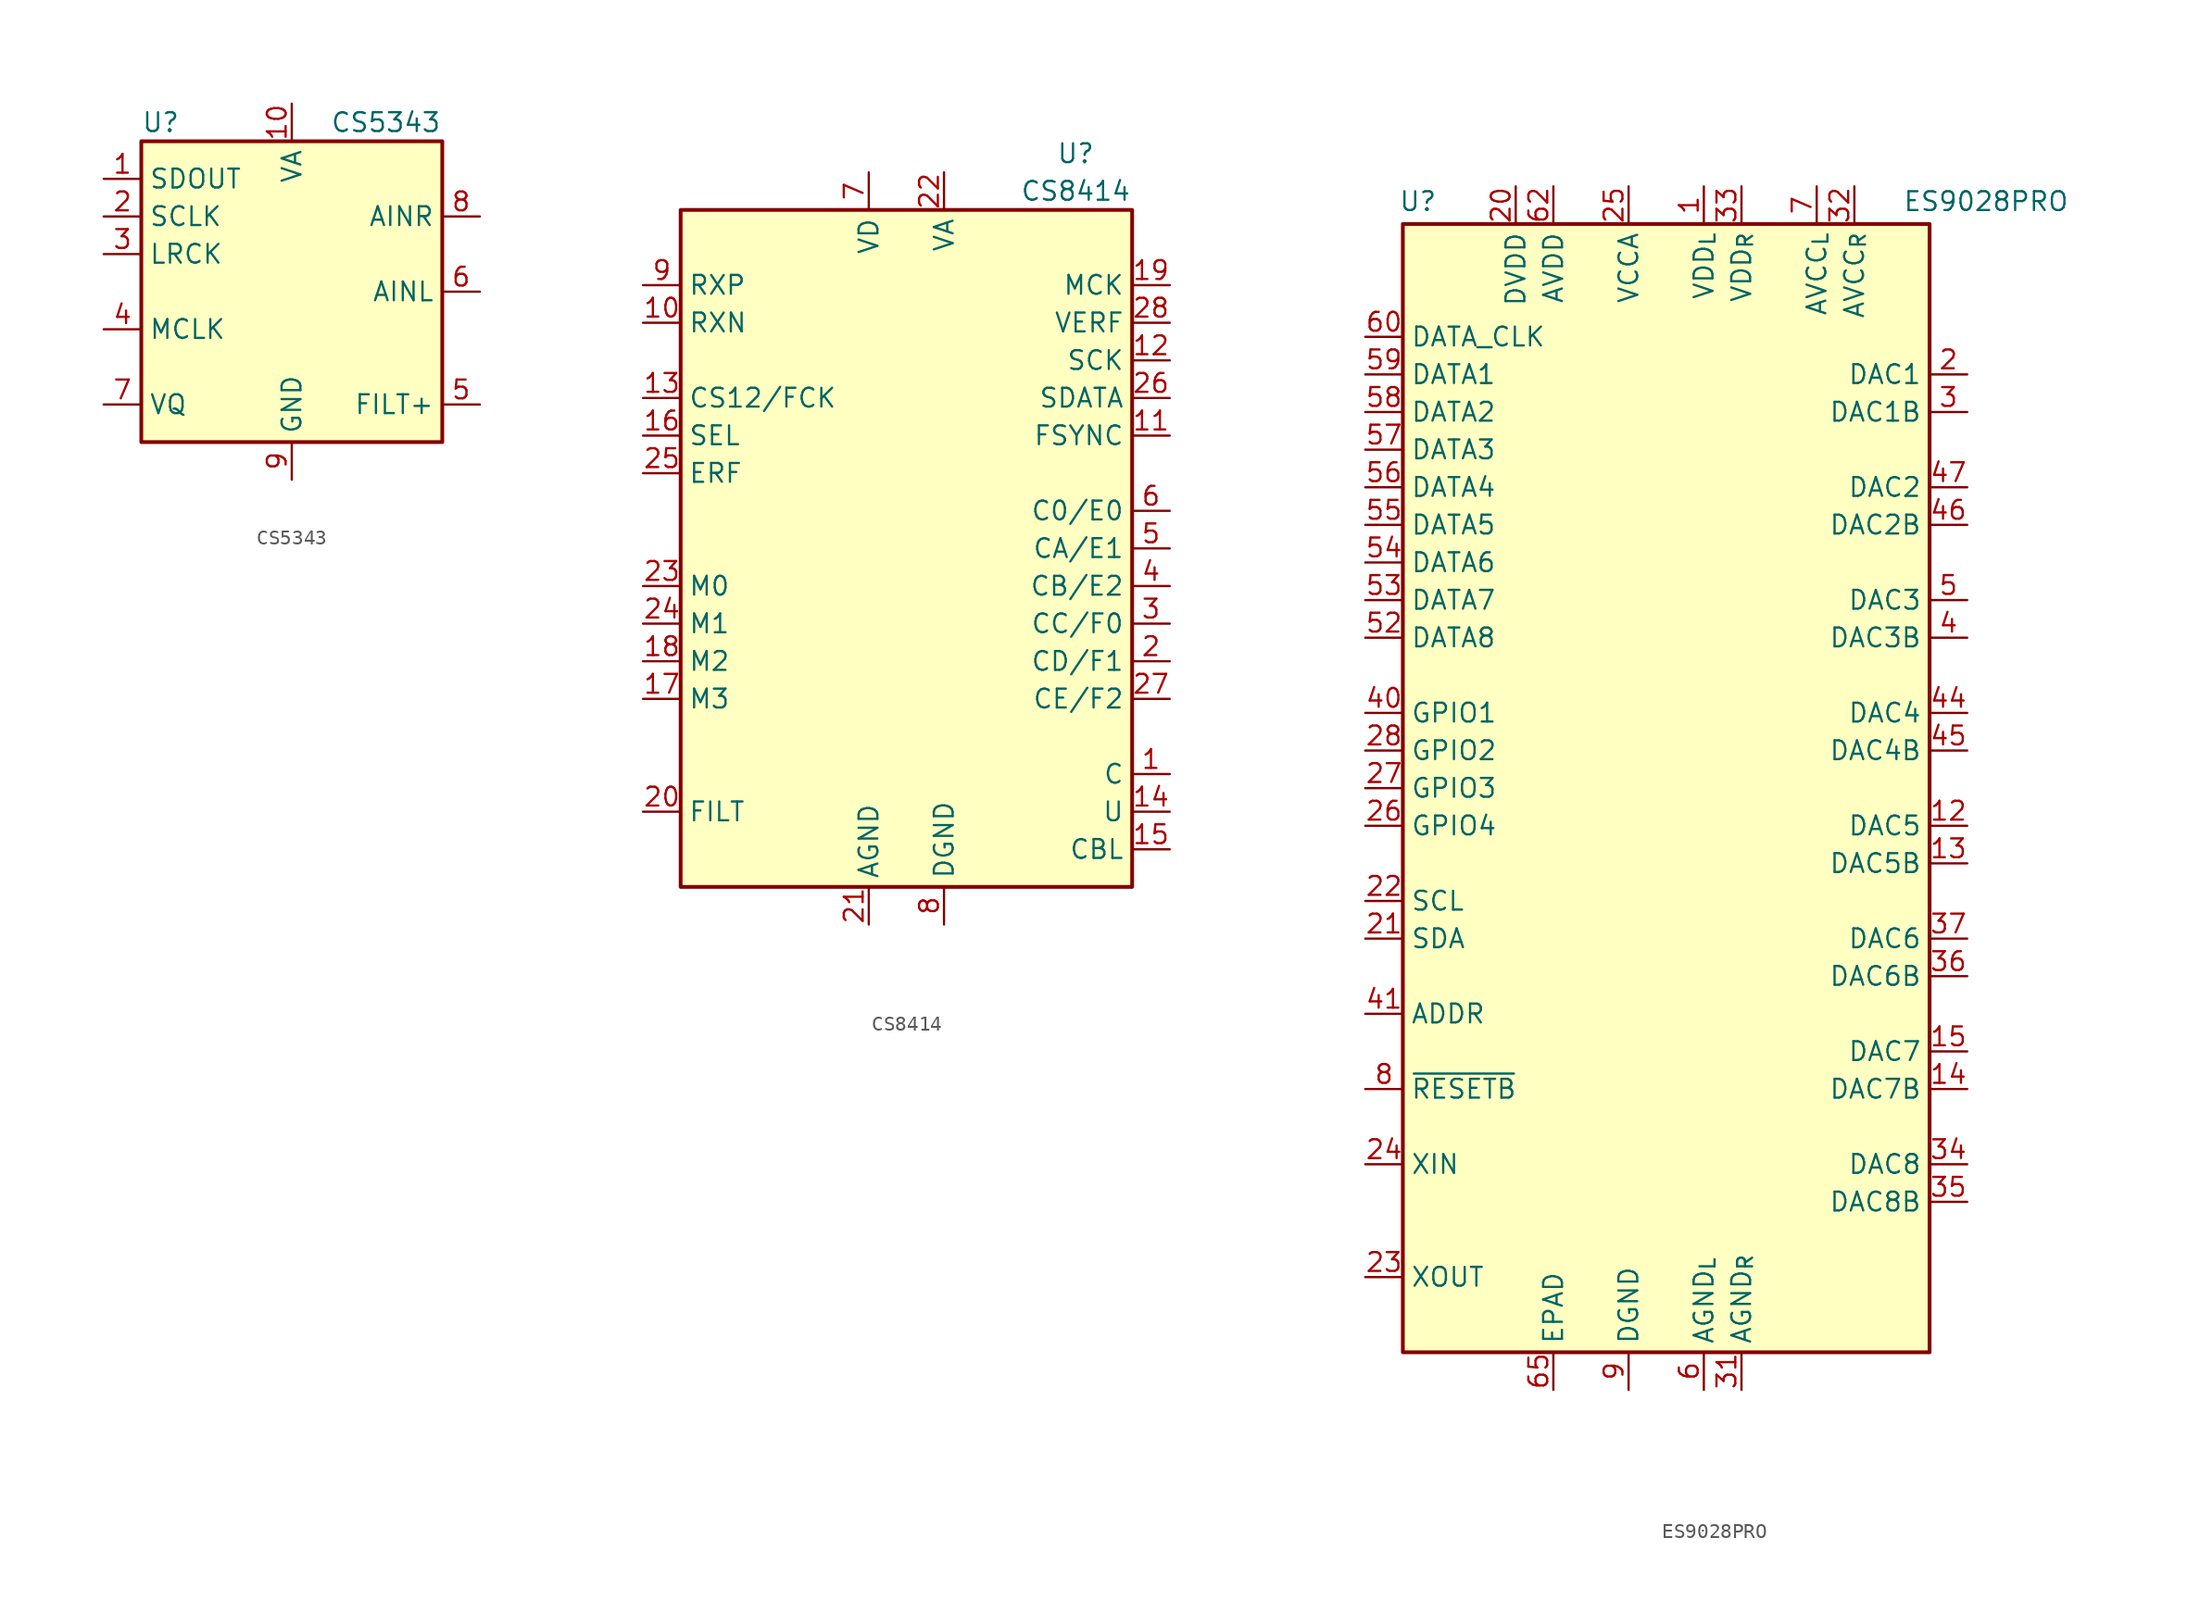
<source format=kicad_sym>
(kicad_symbol_lib
  (version 20241209)
  (generator "kicad_symbol_editor")
  (generator_version "9.0")
  (symbol "CS5343"
    (property "Reference" "U"
      (at -10.16 11.43 0)
      (effects (font (size 1.27 1.27)) (justify left)))
    (property "Value" "CS5343"
      (at 6.35 11.43 0)
      (effects (font (size 1.27 1.27))))
    (symbol "CS5343_0_1"
      (rectangle (start -10.16 10.16) (end 10.16 -10.16) (stroke (width 0.254) (type default)) (fill (type background))))
    (symbol "CS5343_1_1"
      (pin output line (at -12.7 7.62 0) (length 2.54) (name "SDOUT" (effects (font (size 1.27 1.27)))) (number "1" (effects (font (size 1.27 1.27)))))
      (pin bidirectional line (at -12.7 5.08 0) (length 2.54) (name "SCLK" (effects (font (size 1.27 1.27)))) (number "2" (effects (font (size 1.27 1.27)))))
      (pin bidirectional line (at -12.7 2.54 0) (length 2.54) (name "LRCK" (effects (font (size 1.27 1.27)))) (number "3" (effects (font (size 1.27 1.27)))))
      (pin input line (at -12.7 -2.54 0) (length 2.54) (name "MCLK" (effects (font (size 1.27 1.27)))) (number "4" (effects (font (size 1.27 1.27)))))
      (pin output line (at -12.7 -7.62 0) (length 2.54) (name "VQ" (effects (font (size 1.27 1.27)))) (number "7" (effects (font (size 1.27 1.27)))))
      (pin power_in line (at 0 12.7 270) (length 2.54) (name "VA" (effects (font (size 1.27 1.27)))) (number "10" (effects (font (size 1.27 1.27)))))
      (pin power_in line (at 0 -12.7 90) (length 2.54) (name "GND" (effects (font (size 1.27 1.27)))) (number "9" (effects (font (size 1.27 1.27)))))
      (pin input line (at 12.7 5.08 180) (length 2.54) (name "AINR" (effects (font (size 1.27 1.27)))) (number "8" (effects (font (size 1.27 1.27)))))
      (pin input line (at 12.7 0 180) (length 2.54) (name "AINL" (effects (font (size 1.27 1.27)))) (number "6" (effects (font (size 1.27 1.27)))))
      (pin output line (at 12.7 -7.62 180) (length 2.54) (name "FILT+" (effects (font (size 1.27 1.27)))) (number "5" (effects (font (size 1.27 1.27)))))))
  (symbol "CS8414"
    (property "Reference" "U"
      (at 11.43 26.67 0)
      (effects (font (size 1.27 1.27))))
    (property "Value" "CS8414"
      (at 11.43 24.13 0)
      (effects (font (size 1.27 1.27))))
    (symbol "CS8414_0_1"
      (rectangle (start -15.24 -22.86) (end 15.24 22.86) (stroke (width 0.254) (type default)) (fill (type background))))
    (symbol "CS8414_1_1"
      (pin input line (at -17.78 17.78 0) (length 2.54) (name "RXP" (effects (font (size 1.27 1.27)))) (number "9" (effects (font (size 1.27 1.27)))))
      (pin input line (at -17.78 15.24 0) (length 2.54) (name "RXN" (effects (font (size 1.27 1.27)))) (number "10" (effects (font (size 1.27 1.27)))))
      (pin input line (at -17.78 10.16 0) (length 2.54) (name "CS12/FCK" (effects (font (size 1.27 1.27)))) (number "13" (effects (font (size 1.27 1.27)))))
      (pin input line (at -17.78 7.62 0) (length 2.54) (name "SEL" (effects (font (size 1.27 1.27)))) (number "16" (effects (font (size 1.27 1.27)))))
      (pin output line (at -17.78 5.08 0) (length 2.54) (name "ERF" (effects (font (size 1.27 1.27)))) (number "25" (effects (font (size 1.27 1.27)))))
      (pin input line (at -17.78 -2.54 0) (length 2.54) (name "M0" (effects (font (size 1.27 1.27)))) (number "23" (effects (font (size 1.27 1.27)))))
      (pin input line (at -17.78 -5.08 0) (length 2.54) (name "M1" (effects (font (size 1.27 1.27)))) (number "24" (effects (font (size 1.27 1.27)))))
      (pin input line (at -17.78 -7.62 0) (length 2.54) (name "M2" (effects (font (size 1.27 1.27)))) (number "18" (effects (font (size 1.27 1.27)))))
      (pin input line (at -17.78 -10.16 0) (length 2.54) (name "M3" (effects (font (size 1.27 1.27)))) (number "17" (effects (font (size 1.27 1.27)))))
      (pin input line (at -17.78 -17.78 0) (length 2.54) (name "FILT" (effects (font (size 1.27 1.27)))) (number "20" (effects (font (size 1.27 1.27)))))
      (pin power_in line (at -2.54 25.4 270) (length 2.54) (name "VD" (effects (font (size 1.27 1.27)))) (number "7" (effects (font (size 1.27 1.27)))))
      (pin power_in line (at -2.54 -25.4 90) (length 2.54) (name "AGND" (effects (font (size 1.27 1.27)))) (number "21" (effects (font (size 1.27 1.27)))))
      (pin power_in line (at 2.54 25.4 270) (length 2.54) (name "VA" (effects (font (size 1.27 1.27)))) (number "22" (effects (font (size 1.27 1.27)))))
      (pin power_in line (at 2.54 -25.4 90) (length 2.54) (name "DGND" (effects (font (size 1.27 1.27)))) (number "8" (effects (font (size 1.27 1.27)))))
      (pin output line (at 17.78 17.78 180) (length 2.54) (name "MCK" (effects (font (size 1.27 1.27)))) (number "19" (effects (font (size 1.27 1.27)))))
      (pin output line (at 17.78 15.24 180) (length 2.54) (name "VERF" (effects (font (size 1.27 1.27)))) (number "28" (effects (font (size 1.27 1.27)))))
      (pin bidirectional line (at 17.78 12.7 180) (length 2.54) (name "SCK" (effects (font (size 1.27 1.27)))) (number "12" (effects (font (size 1.27 1.27)))))
      (pin output line (at 17.78 10.16 180) (length 2.54) (name "SDATA" (effects (font (size 1.27 1.27)))) (number "26" (effects (font (size 1.27 1.27)))))
      (pin bidirectional line (at 17.78 7.62 180) (length 2.54) (name "FSYNC" (effects (font (size 1.27 1.27)))) (number "11" (effects (font (size 1.27 1.27)))))
      (pin output line (at 17.78 2.54 180) (length 2.54) (name "C0/E0" (effects (font (size 1.27 1.27)))) (number "6" (effects (font (size 1.27 1.27)))))
      (pin output line (at 17.78 0 180) (length 2.54) (name "CA/E1" (effects (font (size 1.27 1.27)))) (number "5" (effects (font (size 1.27 1.27)))))
      (pin output line (at 17.78 -2.54 180) (length 2.54) (name "CB/E2" (effects (font (size 1.27 1.27)))) (number "4" (effects (font (size 1.27 1.27)))))
      (pin output line (at 17.78 -5.08 180) (length 2.54) (name "CC/F0" (effects (font (size 1.27 1.27)))) (number "3" (effects (font (size 1.27 1.27)))))
      (pin output line (at 17.78 -7.62 180) (length 2.54) (name "CD/F1" (effects (font (size 1.27 1.27)))) (number "2" (effects (font (size 1.27 1.27)))))
      (pin output line (at 17.78 -10.16 180) (length 2.54) (name "CE/F2" (effects (font (size 1.27 1.27)))) (number "27" (effects (font (size 1.27 1.27)))))
      (pin output line (at 17.78 -15.24 180) (length 2.54) (name "C" (effects (font (size 1.27 1.27)))) (number "1" (effects (font (size 1.27 1.27)))))
      (pin output line (at 17.78 -17.78 180) (length 2.54) (name "U" (effects (font (size 1.27 1.27)))) (number "14" (effects (font (size 1.27 1.27)))))
      (pin output line (at 17.78 -20.32 180) (length 2.54) (name "CBL" (effects (font (size 1.27 1.27)))) (number "15" (effects (font (size 1.27 1.27)))))))
  (symbol "ES9028PRO"
    (property "Reference" "U"
      (at -16.764 39.624 0)
      (effects (font (size 1.27 1.27))))
    (property "Value" "ES9028PRO"
      (at 21.59 39.624 0)
      (effects (font (size 1.27 1.27))))
    (symbol "ES9028PRO_0_1"
      (rectangle (start -17.78 38.1) (end 17.78 -38.1) (stroke (width 0.254) (type default)) (fill (type background))))
    (symbol "ES9028PRO_1_1"
      (pin bidirectional line (at -20.32 30.48 0) (length 2.54) (name "DATA_CLK" (effects (font (size 1.27 1.27)))) (number "60" (effects (font (size 1.27 1.27)))))
      (pin bidirectional line (at -20.32 27.94 0) (length 2.54) (name "DATA1" (effects (font (size 1.27 1.27)))) (number "59" (effects (font (size 1.27 1.27)))))
      (pin bidirectional line (at -20.32 25.4 0) (length 2.54) (name "DATA2" (effects (font (size 1.27 1.27)))) (number "58" (effects (font (size 1.27 1.27)))))
      (pin bidirectional line (at -20.32 22.86 0) (length 2.54) (name "DATA3" (effects (font (size 1.27 1.27)))) (number "57" (effects (font (size 1.27 1.27)))))
      (pin bidirectional line (at -20.32 20.32 0) (length 2.54) (name "DATA4" (effects (font (size 1.27 1.27)))) (number "56" (effects (font (size 1.27 1.27)))))
      (pin bidirectional line (at -20.32 17.78 0) (length 2.54) (name "DATA5" (effects (font (size 1.27 1.27)))) (number "55" (effects (font (size 1.27 1.27)))))
      (pin bidirectional line (at -20.32 15.24 0) (length 2.54) (name "DATA6" (effects (font (size 1.27 1.27)))) (number "54" (effects (font (size 1.27 1.27)))))
      (pin bidirectional line (at -20.32 12.7 0) (length 2.54) (name "DATA7" (effects (font (size 1.27 1.27)))) (number "53" (effects (font (size 1.27 1.27)))))
      (pin bidirectional line (at -20.32 10.16 0) (length 2.54) (name "DATA8" (effects (font (size 1.27 1.27)))) (number "52" (effects (font (size 1.27 1.27)))))
      (pin bidirectional line (at -20.32 5.08 0) (length 2.54) (name "GPIO1" (effects (font (size 1.27 1.27)))) (number "40" (effects (font (size 1.27 1.27)))))
      (pin bidirectional line (at -20.32 2.54 0) (length 2.54) (name "GPIO2" (effects (font (size 1.27 1.27)))) (number "28" (effects (font (size 1.27 1.27)))))
      (pin bidirectional line (at -20.32 0 0) (length 2.54) (name "GPIO3" (effects (font (size 1.27 1.27)))) (number "27" (effects (font (size 1.27 1.27)))))
      (pin bidirectional line (at -20.32 -2.54 0) (length 2.54) (name "GPIO4" (effects (font (size 1.27 1.27)))) (number "26" (effects (font (size 1.27 1.27)))))
      (pin input line (at -20.32 -7.62 0) (length 2.54) (name "SCL" (effects (font (size 1.27 1.27)))) (number "22" (effects (font (size 1.27 1.27)))))
      (pin bidirectional line (at -20.32 -10.16 0) (length 2.54) (name "SDA" (effects (font (size 1.27 1.27)))) (number "21" (effects (font (size 1.27 1.27)))))
      (pin input line (at -20.32 -15.24 0) (length 2.54) (name "ADDR" (effects (font (size 1.27 1.27)))) (number "41" (effects (font (size 1.27 1.27)))))
      (pin input line (at -20.32 -20.32 0) (length 2.54) (name "~{RESETB}" (effects (font (size 1.27 1.27)))) (number "8" (effects (font (size 1.27 1.27)))))
      (pin input line (at -20.32 -25.4 0) (length 2.54) (name "XIN" (effects (font (size 1.27 1.27)))) (number "24" (effects (font (size 1.27 1.27)))))
      (pin output line (at -20.32 -33.02 0) (length 2.54) (name "XOUT" (effects (font (size 1.27 1.27)))) (number "23" (effects (font (size 1.27 1.27)))))
      (pin power_in line (at -10.16 40.64 270) (length 2.54) (name "DVDD" (effects (font (size 1.27 1.27)))) (number "20" (effects (font (size 1.27 1.27)))))
      (pin passive line (at -10.16 40.64 270) (length 2.54) (hide yes) (name "DVDD" (effects (font (size 1.27 1.27)))) (number "29" (effects (font (size 1.27 1.27)))))
      (pin passive line (at -10.16 40.64 270) (length 2.54) (hide yes) (name "DVDD" (effects (font (size 1.27 1.27)))) (number "61" (effects (font (size 1.27 1.27)))))
      (pin power_in line (at -7.62 40.64 270) (length 2.54) (name "AVDD" (effects (font (size 1.27 1.27)))) (number "62" (effects (font (size 1.27 1.27)))))
      (pin passive line (at -7.62 -40.64 90) (length 2.54) (name "EPAD" (effects (font (size 1.27 1.27)))) (number "65" (effects (font (size 1.27 1.27)))))
      (pin power_in line (at -2.54 40.64 270) (length 2.54) (name "VCCA" (effects (font (size 1.27 1.27)))) (number "25" (effects (font (size 1.27 1.27)))))
      (pin passive line (at -2.54 -40.64 90) (length 2.54) (hide yes) (name "DGND" (effects (font (size 1.27 1.27)))) (number "19" (effects (font (size 1.27 1.27)))))
      (pin passive line (at -2.54 -40.64 90) (length 2.54) (hide yes) (name "DGND" (effects (font (size 1.27 1.27)))) (number "30" (effects (font (size 1.27 1.27)))))
      (pin passive line (at -2.54 -40.64 90) (length 2.54) (hide yes) (name "DGND" (effects (font (size 1.27 1.27)))) (number "51" (effects (font (size 1.27 1.27)))))
      (pin power_in line (at -2.54 -40.64 90) (length 2.54) (name "DGND" (effects (font (size 1.27 1.27)))) (number "9" (effects (font (size 1.27 1.27)))))
      (pin power_in line (at 2.54 40.64 270) (length 2.54) (name "VDD_{L}" (effects (font (size 1.27 1.27)))) (number "1" (effects (font (size 1.27 1.27)))))
      (pin passive line (at 2.54 40.64 270) (length 2.54) (hide yes) (name "VDD_{L}" (effects (font (size 1.27 1.27)))) (number "16" (effects (font (size 1.27 1.27)))))
      (pin passive line (at 2.54 -40.64 90) (length 2.54) (hide yes) (name "AGND_{L}" (effects (font (size 1.27 1.27)))) (number "11" (effects (font (size 1.27 1.27)))))
      (pin passive line (at 2.54 -40.64 90) (length 2.54) (hide yes) (name "AGND_{L}" (effects (font (size 1.27 1.27)))) (number "18" (effects (font (size 1.27 1.27)))))
      (pin power_in line (at 2.54 -40.64 90) (length 2.54) (name "AGND_{L}" (effects (font (size 1.27 1.27)))) (number "6" (effects (font (size 1.27 1.27)))))
      (pin passive line (at 2.54 -40.64 90) (length 2.54) (hide yes) (name "AGND_{L}" (effects (font (size 1.27 1.27)))) (number "63" (effects (font (size 1.27 1.27)))))
      (pin power_in line (at 5.08 40.64 270) (length 2.54) (name "VDD_{R}" (effects (font (size 1.27 1.27)))) (number "33" (effects (font (size 1.27 1.27)))))
      (pin passive line (at 5.08 40.64 270) (length 2.54) (hide yes) (name "VDD_{R}" (effects (font (size 1.27 1.27)))) (number "48" (effects (font (size 1.27 1.27)))))
      (pin power_in line (at 5.08 -40.64 90) (length 2.54) (name "AGND_{R}" (effects (font (size 1.27 1.27)))) (number "31" (effects (font (size 1.27 1.27)))))
      (pin passive line (at 5.08 -40.64 90) (length 2.54) (hide yes) (name "AGND_{R}" (effects (font (size 1.27 1.27)))) (number "38" (effects (font (size 1.27 1.27)))))
      (pin passive line (at 5.08 -40.64 90) (length 2.54) (hide yes) (name "AGND_{R}" (effects (font (size 1.27 1.27)))) (number "43" (effects (font (size 1.27 1.27)))))
      (pin passive line (at 5.08 -40.64 90) (length 2.54) (hide yes) (name "AGND_{R}" (effects (font (size 1.27 1.27)))) (number "50" (effects (font (size 1.27 1.27)))))
      (pin passive line (at 10.16 40.64 270) (length 2.54) (hide yes) (name "AVCC_{L}" (effects (font (size 1.27 1.27)))) (number "10" (effects (font (size 1.27 1.27)))))
      (pin passive line (at 10.16 40.64 270) (length 2.54) (hide yes) (name "AVCC_{L}" (effects (font (size 1.27 1.27)))) (number "17" (effects (font (size 1.27 1.27)))))
      (pin passive line (at 10.16 40.64 270) (length 2.54) (hide yes) (name "AVCC_{L}" (effects (font (size 1.27 1.27)))) (number "64" (effects (font (size 1.27 1.27)))))
      (pin power_in line (at 10.16 40.64 270) (length 2.54) (name "AVCC_{L}" (effects (font (size 1.27 1.27)))) (number "7" (effects (font (size 1.27 1.27)))))
      (pin power_in line (at 12.7 40.64 270) (length 2.54) (name "AVCC_{R}" (effects (font (size 1.27 1.27)))) (number "32" (effects (font (size 1.27 1.27)))))
      (pin passive line (at 12.7 40.64 270) (length 2.54) (hide yes) (name "AVCC_{R}" (effects (font (size 1.27 1.27)))) (number "39" (effects (font (size 1.27 1.27)))))
      (pin passive line (at 12.7 40.64 270) (length 2.54) (hide yes) (name "AVCC_{R}" (effects (font (size 1.27 1.27)))) (number "42" (effects (font (size 1.27 1.27)))))
      (pin passive line (at 12.7 40.64 270) (length 2.54) (hide yes) (name "AVCC_{R}" (effects (font (size 1.27 1.27)))) (number "49" (effects (font (size 1.27 1.27)))))
      (pin output line (at 20.32 27.94 180) (length 2.54) (name "DAC1" (effects (font (size 1.27 1.27)))) (number "2" (effects (font (size 1.27 1.27)))))
      (pin output line (at 20.32 25.4 180) (length 2.54) (name "DAC1B" (effects (font (size 1.27 1.27)))) (number "3" (effects (font (size 1.27 1.27)))))
      (pin output line (at 20.32 20.32 180) (length 2.54) (name "DAC2" (effects (font (size 1.27 1.27)))) (number "47" (effects (font (size 1.27 1.27)))))
      (pin output line (at 20.32 17.78 180) (length 2.54) (name "DAC2B" (effects (font (size 1.27 1.27)))) (number "46" (effects (font (size 1.27 1.27)))))
      (pin output line (at 20.32 12.7 180) (length 2.54) (name "DAC3" (effects (font (size 1.27 1.27)))) (number "5" (effects (font (size 1.27 1.27)))))
      (pin output line (at 20.32 10.16 180) (length 2.54) (name "DAC3B" (effects (font (size 1.27 1.27)))) (number "4" (effects (font (size 1.27 1.27)))))
      (pin output line (at 20.32 5.08 180) (length 2.54) (name "DAC4" (effects (font (size 1.27 1.27)))) (number "44" (effects (font (size 1.27 1.27)))))
      (pin output line (at 20.32 2.54 180) (length 2.54) (name "DAC4B" (effects (font (size 1.27 1.27)))) (number "45" (effects (font (size 1.27 1.27)))))
      (pin output line (at 20.32 -2.54 180) (length 2.54) (name "DAC5" (effects (font (size 1.27 1.27)))) (number "12" (effects (font (size 1.27 1.27)))))
      (pin output line (at 20.32 -5.08 180) (length 2.54) (name "DAC5B" (effects (font (size 1.27 1.27)))) (number "13" (effects (font (size 1.27 1.27)))))
      (pin output line (at 20.32 -10.16 180) (length 2.54) (name "DAC6" (effects (font (size 1.27 1.27)))) (number "37" (effects (font (size 1.27 1.27)))))
      (pin output line (at 20.32 -12.7 180) (length 2.54) (name "DAC6B" (effects (font (size 1.27 1.27)))) (number "36" (effects (font (size 1.27 1.27)))))
      (pin output line (at 20.32 -17.78 180) (length 2.54) (name "DAC7" (effects (font (size 1.27 1.27)))) (number "15" (effects (font (size 1.27 1.27)))))
      (pin output line (at 20.32 -20.32 180) (length 2.54) (name "DAC7B" (effects (font (size 1.27 1.27)))) (number "14" (effects (font (size 1.27 1.27)))))
      (pin output line (at 20.32 -25.4 180) (length 2.54) (name "DAC8" (effects (font (size 1.27 1.27)))) (number "34" (effects (font (size 1.27 1.27)))))
      (pin output line (at 20.32 -27.94 180) (length 2.54) (name "DAC8B" (effects (font (size 1.27 1.27)))) (number "35" (effects (font (size 1.27 1.27))))))))
</source>
